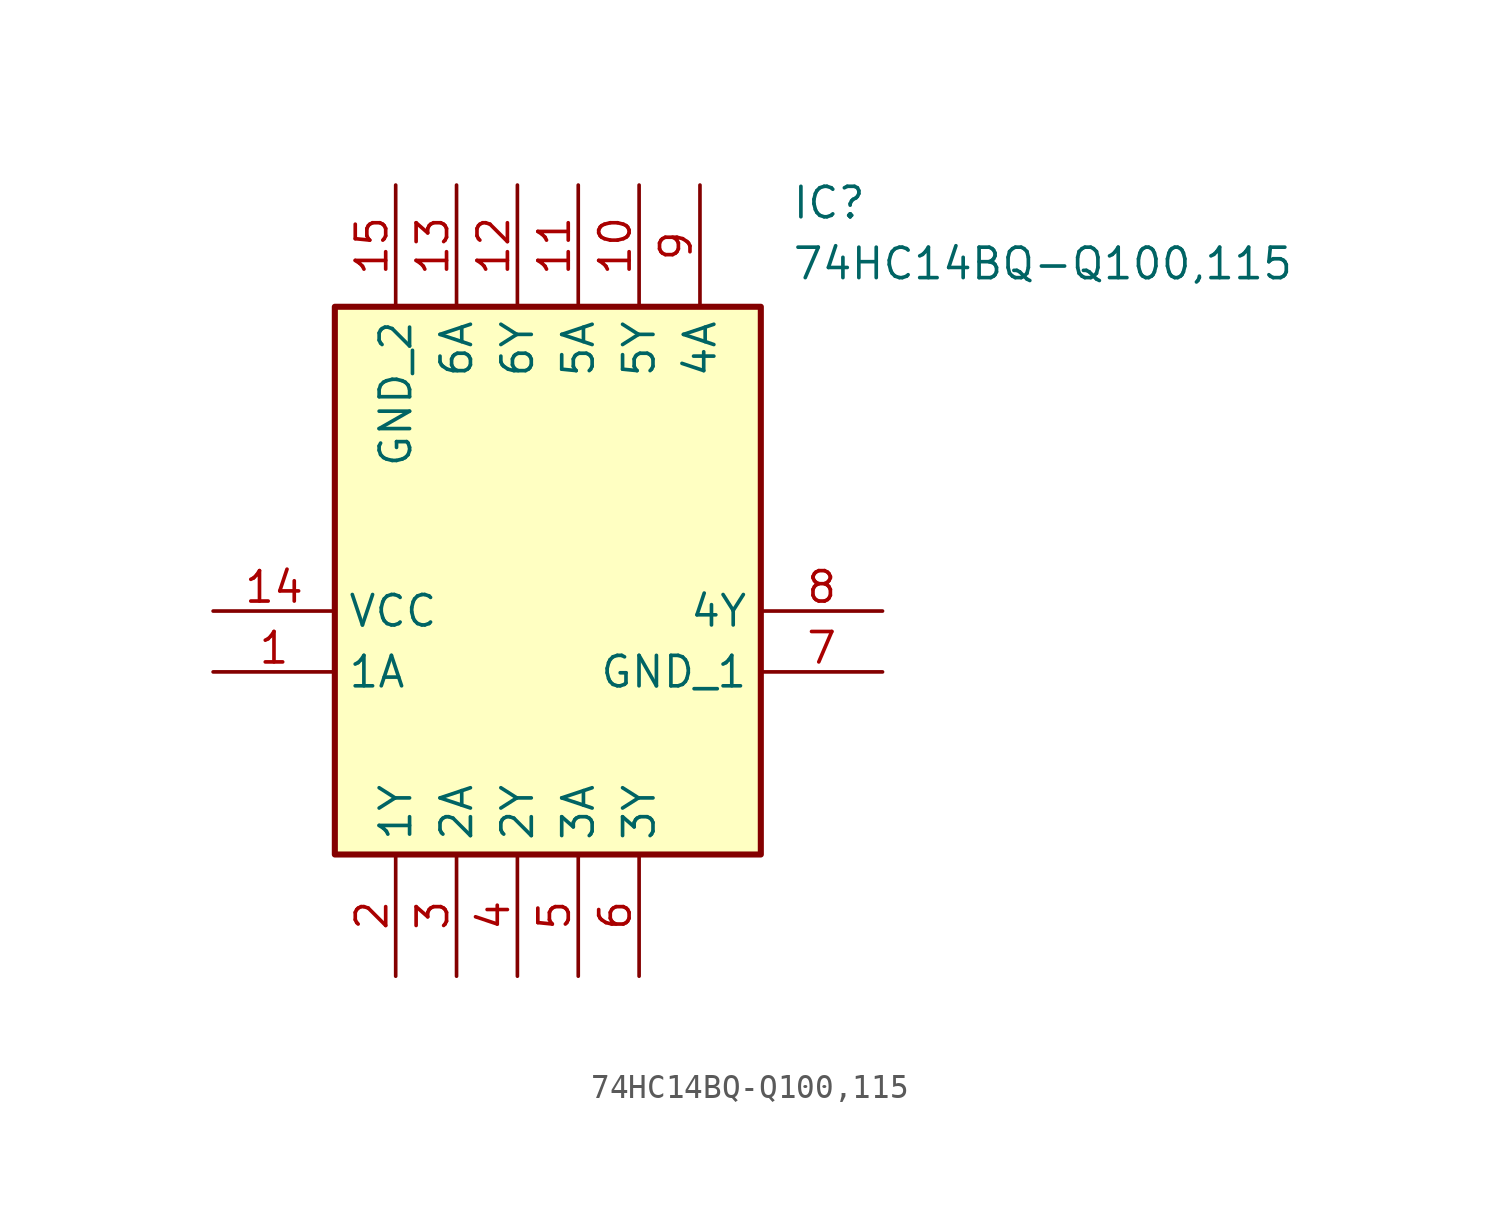
<source format=kicad_sym>
(kicad_symbol_lib
  (version 20211014)
  (generator SamacSys_ECAD_Model)
  (symbol "74HC14BQ-Q100,115"
    (property "Reference" "IC"
      (at 24.13 17.78 0)
      (effects (font (size 1.27 1.27)) (justify left top)))
    (property "Value" "74HC14BQ-Q100,115"
      (at 24.13 15.24 0)
      (effects (font (size 1.27 1.27)) (justify left top)))
    (rectangle
      (start 5.08 12.7)
      (end 22.86 -10.16)
      (stroke (width 0.254) (type default))
      (fill (type background)))
    (pin passive line
      (at 0 -2.54 0)
      (length 5.08)
      (name "1A" (effects (font (size 1.27 1.27))))
      (number "1" (effects (font (size 1.27 1.27)))))
    (pin passive line
      (at 7.62 -15.24 90)
      (length 5.08)
      (name "1Y" (effects (font (size 1.27 1.27))))
      (number "2" (effects (font (size 1.27 1.27)))))
    (pin passive line
      (at 10.16 -15.24 90)
      (length 5.08)
      (name "2A" (effects (font (size 1.27 1.27))))
      (number "3" (effects (font (size 1.27 1.27)))))
    (pin passive line
      (at 12.7 -15.24 90)
      (length 5.08)
      (name "2Y" (effects (font (size 1.27 1.27))))
      (number "4" (effects (font (size 1.27 1.27)))))
    (pin passive line
      (at 15.24 -15.24 90)
      (length 5.08)
      (name "3A" (effects (font (size 1.27 1.27))))
      (number "5" (effects (font (size 1.27 1.27)))))
    (pin passive line
      (at 17.78 -15.24 90)
      (length 5.08)
      (name "3Y" (effects (font (size 1.27 1.27))))
      (number "6" (effects (font (size 1.27 1.27)))))
    (pin passive line
      (at 27.94 -2.54 180)
      (length 5.08)
      (name "GND_1" (effects (font (size 1.27 1.27))))
      (number "7" (effects (font (size 1.27 1.27)))))
    (pin passive line
      (at 27.94 0 180)
      (length 5.08)
      (name "4Y" (effects (font (size 1.27 1.27))))
      (number "8" (effects (font (size 1.27 1.27)))))
    (pin passive line
      (at 20.32 17.78 270)
      (length 5.08)
      (name "4A" (effects (font (size 1.27 1.27))))
      (number "9" (effects (font (size 1.27 1.27)))))
    (pin passive line
      (at 17.78 17.78 270)
      (length 5.08)
      (name "5Y" (effects (font (size 1.27 1.27))))
      (number "10" (effects (font (size 1.27 1.27)))))
    (pin passive line
      (at 15.24 17.78 270)
      (length 5.08)
      (name "5A" (effects (font (size 1.27 1.27))))
      (number "11" (effects (font (size 1.27 1.27)))))
    (pin passive line
      (at 12.7 17.78 270)
      (length 5.08)
      (name "6Y" (effects (font (size 1.27 1.27))))
      (number "12" (effects (font (size 1.27 1.27)))))
    (pin passive line
      (at 10.16 17.78 270)
      (length 5.08)
      (name "6A" (effects (font (size 1.27 1.27))))
      (number "13" (effects (font (size 1.27 1.27)))))
    (pin passive line
      (at 0 0 0)
      (length 5.08)
      (name "VCC" (effects (font (size 1.27 1.27))))
      (number "14" (effects (font (size 1.27 1.27)))))
    (pin passive line
      (at 7.62 17.78 270)
      (length 5.08)
      (name "GND_2" (effects (font (size 1.27 1.27))))
      (number "15" (effects (font (size 1.27 1.27)))))))
</source>
